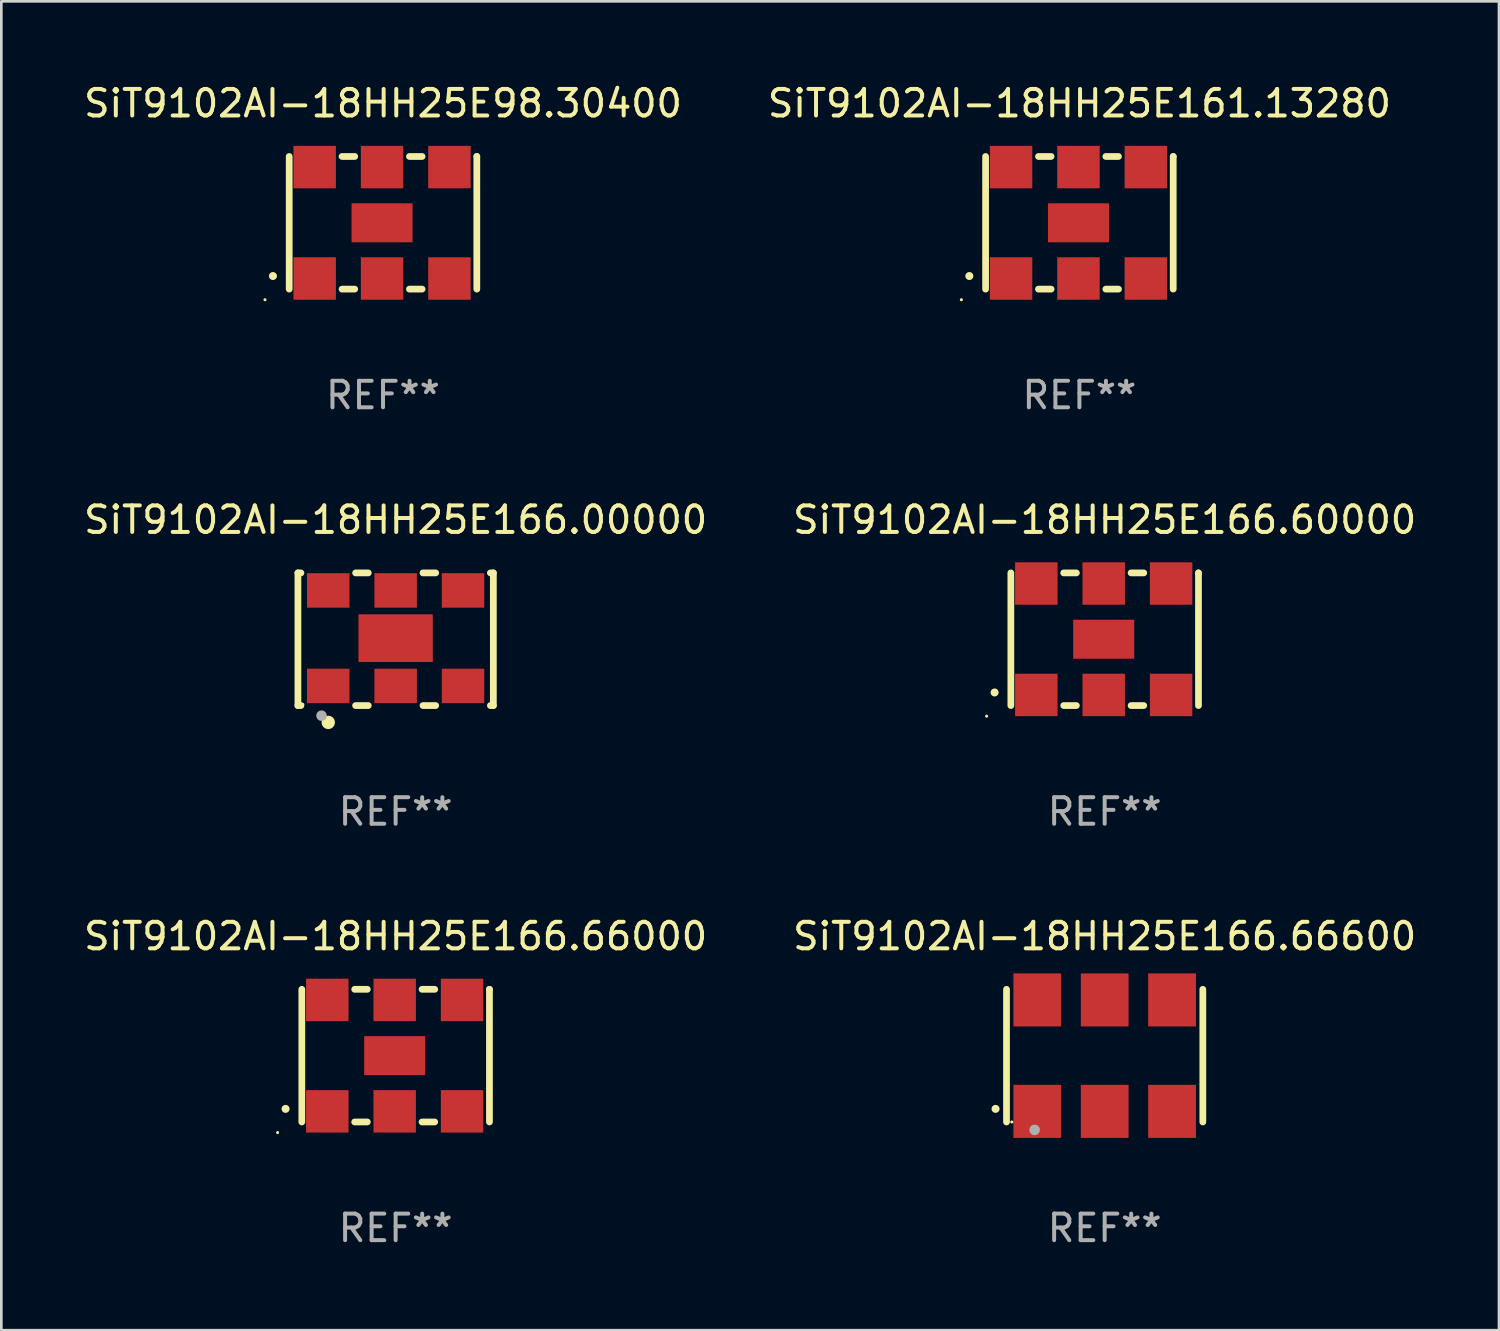
<source format=kicad_pcb>
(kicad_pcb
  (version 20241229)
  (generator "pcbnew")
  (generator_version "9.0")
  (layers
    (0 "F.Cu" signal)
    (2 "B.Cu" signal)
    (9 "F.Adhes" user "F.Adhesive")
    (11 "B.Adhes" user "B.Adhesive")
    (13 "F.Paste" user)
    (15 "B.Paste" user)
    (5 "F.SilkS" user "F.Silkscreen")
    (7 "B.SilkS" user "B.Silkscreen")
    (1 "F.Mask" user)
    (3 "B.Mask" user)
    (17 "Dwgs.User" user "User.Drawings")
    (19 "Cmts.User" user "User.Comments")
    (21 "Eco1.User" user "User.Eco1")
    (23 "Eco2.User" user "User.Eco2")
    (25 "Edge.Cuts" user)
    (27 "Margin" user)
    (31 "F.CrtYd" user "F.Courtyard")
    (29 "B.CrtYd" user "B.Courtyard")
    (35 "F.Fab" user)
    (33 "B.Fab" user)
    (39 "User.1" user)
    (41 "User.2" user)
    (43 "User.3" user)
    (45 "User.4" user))
  (footprint "SiT9102AI-18HH25E161.13280"
    (layer "F.Cu")
    (at 37.637 5.348)
    (property "Reference" "SiT9102AI-18HH25E161.13280" (at 0 -4.5 0) (layer "F.SilkS") (effects (font (size 1 1) (thickness 0.15))))
    (attr through_hole)
    (fp_line (start -3.536 -2.5) (end -3.536 2.5) (stroke (width 0.254) (type solid)) (layer "F.SilkS"))
    (fp_line (start -1.544 2.5) (end -1.067 2.5) (stroke (width 0.254) (type solid)) (layer "F.SilkS"))
    (fp_line (start -1.067 -2.5) (end -1.544 -2.5) (stroke (width 0.254) (type solid)) (layer "F.SilkS"))
    (fp_line (start 0.996 2.5) (end 1.473 2.5) (stroke (width 0.254) (type solid)) (layer "F.SilkS"))
    (fp_line (start 1.473 -2.5) (end 0.996 -2.5) (stroke (width 0.254) (type solid)) (layer "F.SilkS"))
    (fp_line (start 3.536 -2.5) (end 3.536 -2.5) (stroke (width 0.254) (type solid)) (layer "F.SilkS"))
    (fp_line (start 3.536 2.5) (end 3.536 -2.5) (stroke (width 0.254) (type solid)) (layer "F.SilkS"))
    (fp_arc (start -4.150432 2.006604) (mid -4.149162 2.006599) (end -4.147892 2.006604) (stroke (width 0.3) (type solid)) (layer "F.SilkS"))
    (fp_circle (center -4.449 2.9) (end -4.419 2.9) (stroke (width 0.06) (type solid)) (fill no) (layer "F.SilkS"))
    (fp_text user "REF**" (at 0 6.5 0) (layer "F.Fab") (effects (font (size 1 1) (thickness 0.15))))
    (pad "1" smd rect (at -2.576 2.1) (size 1.6 1.6) (layers "F.Cu" "F.Mask" "F.Paste"))
    (pad "2" smd rect (at -0.036 2.1) (size 1.6 1.6) (layers "F.Cu" "F.Mask" "F.Paste"))
    (pad "3" smd rect (at 2.504 2.1) (size 1.6 1.6) (layers "F.Cu" "F.Mask" "F.Paste"))
    (pad "4" smd rect (at 2.504 -2.1) (size 1.6 1.6) (layers "F.Cu" "F.Mask" "F.Paste"))
    (pad "5" smd rect (at -0.036 -2.1) (size 1.6 1.6) (layers "F.Cu" "F.Mask" "F.Paste"))
    (pad "6" smd rect (at -2.576 -2.1) (size 1.6 1.6) (layers "F.Cu" "F.Mask" "F.Paste"))
    (pad "7" smd rect (at -0.036 0) (size 2.3 1.47) (layers "F.Cu" "F.Mask" "F.Paste")))
  (footprint "SiT9102AI-18HH25E98.30400"
    (layer "F.Cu")
    (at 11.387 5.348)
    (property "Reference" "SiT9102AI-18HH25E98.30400" (at 0 -4.5 0) (layer "F.SilkS") (effects (font (size 1 1) (thickness 0.15))))
    (attr through_hole)
    (fp_line (start -3.536 -2.5) (end -3.536 2.5) (stroke (width 0.254) (type solid)) (layer "F.SilkS"))
    (fp_line (start -1.544 2.5) (end -1.067 2.5) (stroke (width 0.254) (type solid)) (layer "F.SilkS"))
    (fp_line (start -1.067 -2.5) (end -1.544 -2.5) (stroke (width 0.254) (type solid)) (layer "F.SilkS"))
    (fp_line (start 0.996 2.5) (end 1.473 2.5) (stroke (width 0.254) (type solid)) (layer "F.SilkS"))
    (fp_line (start 1.473 -2.5) (end 0.996 -2.5) (stroke (width 0.254) (type solid)) (layer "F.SilkS"))
    (fp_line (start 3.536 -2.5) (end 3.536 -2.5) (stroke (width 0.254) (type solid)) (layer "F.SilkS"))
    (fp_line (start 3.536 2.5) (end 3.536 -2.5) (stroke (width 0.254) (type solid)) (layer "F.SilkS"))
    (fp_arc (start -4.150432 2.006604) (mid -4.149162 2.006599) (end -4.147892 2.006604) (stroke (width 0.3) (type solid)) (layer "F.SilkS"))
    (fp_circle (center -4.449 2.9) (end -4.419 2.9) (stroke (width 0.06) (type solid)) (fill no) (layer "F.SilkS"))
    (fp_text user "REF**" (at 0 6.5 0) (layer "F.Fab") (effects (font (size 1 1) (thickness 0.15))))
    (pad "1" smd rect (at -2.576 2.1) (size 1.6 1.6) (layers "F.Cu" "F.Mask" "F.Paste"))
    (pad "2" smd rect (at -0.036 2.1) (size 1.6 1.6) (layers "F.Cu" "F.Mask" "F.Paste"))
    (pad "3" smd rect (at 2.504 2.1) (size 1.6 1.6) (layers "F.Cu" "F.Mask" "F.Paste"))
    (pad "4" smd rect (at 2.504 -2.1) (size 1.6 1.6) (layers "F.Cu" "F.Mask" "F.Paste"))
    (pad "5" smd rect (at -0.036 -2.1) (size 1.6 1.6) (layers "F.Cu" "F.Mask" "F.Paste"))
    (pad "6" smd rect (at -2.576 -2.1) (size 1.6 1.6) (layers "F.Cu" "F.Mask" "F.Paste"))
    (pad "7" smd rect (at -0.036 0) (size 2.3 1.47) (layers "F.Cu" "F.Mask" "F.Paste")))
  (footprint "SiT9102AI-18HH25E166.00000"
    (layer "F.Cu")
    (at 11.863 21.045)
    (property "Reference" "SiT9102AI-18HH25E166.00000" (at 0 -4.5 0) (layer "F.SilkS") (effects (font (size 1 1) (thickness 0.15))))
    (attr through_hole)
    (fp_line (start -3.683 -2.5) (end -3.571 -2.5) (stroke (width 0.254) (type solid)) (layer "F.SilkS"))
    (fp_line (start -3.683 2.5) (end -3.683 -2.5) (stroke (width 0.254) (type solid)) (layer "F.SilkS"))
    (fp_line (start -3.683 2.5) (end -3.571 2.5) (stroke (width 0.254) (type solid)) (layer "F.SilkS"))
    (fp_line (start -1.509 -2.5) (end -1.031 -2.5) (stroke (width 0.254) (type solid)) (layer "F.SilkS"))
    (fp_line (start -1.509 2.5) (end -1.031 2.5) (stroke (width 0.254) (type solid)) (layer "F.SilkS"))
    (fp_line (start 1.031 -2.5) (end 1.509 -2.5) (stroke (width 0.254) (type solid)) (layer "F.SilkS"))
    (fp_line (start 1.031 2.5) (end 1.509 2.5) (stroke (width 0.254) (type solid)) (layer "F.SilkS"))
    (fp_line (start 3.571 -2.5) (end 3.683 -2.5) (stroke (width 0.254) (type solid)) (layer "F.SilkS"))
    (fp_line (start 3.571 2.5) (end 3.683 2.5) (stroke (width 0.254) (type solid)) (layer "F.SilkS"))
    (fp_line (start 3.683 2.5) (end 3.683 -2.5) (stroke (width 0.254) (type solid)) (layer "F.SilkS"))
    (fp_circle (center -3.5 2.46) (end -3.47 2.46) (stroke (width 0.06) (type solid)) (fill no) (layer "F.SilkS"))
    (fp_circle (center -2.54 3.135) (end -2.413 3.135) (stroke (width 0.254) (type solid)) (fill no) (layer "F.SilkS"))
    (fp_circle (center -2.794 2.881) (end -2.694 2.881) (stroke (width 0.2) (type solid)) (fill no) (layer "F.Fab"))
    (fp_text user "REF**" (at 0 6.5 0) (layer "F.Fab") (effects (font (size 1 1) (thickness 0.15))))
    (pad "1" smd rect (at -2.54 1.76) (size 1.6 1.3) (layers "F.Cu" "F.Mask" "F.Paste"))
    (pad "2" smd rect (at 0 1.76) (size 1.6 1.3) (layers "F.Cu" "F.Mask" "F.Paste"))
    (pad "3" smd rect (at 2.54 1.76) (size 1.6 1.3) (layers "F.Cu" "F.Mask" "F.Paste"))
    (pad "4" smd rect (at 2.54 -1.84) (size 1.6 1.3) (layers "F.Cu" "F.Mask" "F.Paste"))
    (pad "5" smd rect (at 0 -1.84) (size 1.6 1.3) (layers "F.Cu" "F.Mask" "F.Paste"))
    (pad "6" smd rect (at -2.54 -1.84) (size 1.6 1.3) (layers "F.Cu" "F.Mask" "F.Paste"))
    (pad "7" smd rect (at 0 -0.04) (size 2.8 1.8) (layers "F.Cu" "F.Mask" "F.Paste")))
  (footprint "SiT9102AI-18HH25E166.60000"
    (layer "F.Cu")
    (at 38.589 21.045)
    (property "Reference" "SiT9102AI-18HH25E166.60000" (at 0 -4.5 0) (layer "F.SilkS") (effects (font (size 1 1) (thickness 0.15))))
    (attr through_hole)
    (fp_line (start -3.536 -2.5) (end -3.536 2.5) (stroke (width 0.254) (type solid)) (layer "F.SilkS"))
    (fp_line (start -1.544 2.5) (end -1.067 2.5) (stroke (width 0.254) (type solid)) (layer "F.SilkS"))
    (fp_line (start -1.067 -2.5) (end -1.544 -2.5) (stroke (width 0.254) (type solid)) (layer "F.SilkS"))
    (fp_line (start 0.996 2.5) (end 1.473 2.5) (stroke (width 0.254) (type solid)) (layer "F.SilkS"))
    (fp_line (start 1.473 -2.5) (end 0.996 -2.5) (stroke (width 0.254) (type solid)) (layer "F.SilkS"))
    (fp_line (start 3.536 -2.5) (end 3.536 -2.5) (stroke (width 0.254) (type solid)) (layer "F.SilkS"))
    (fp_line (start 3.536 2.5) (end 3.536 -2.5) (stroke (width 0.254) (type solid)) (layer "F.SilkS"))
    (fp_arc (start -4.150432 2.006604) (mid -4.149162 2.006599) (end -4.147892 2.006604) (stroke (width 0.3) (type solid)) (layer "F.SilkS"))
    (fp_circle (center -4.449 2.9) (end -4.419 2.9) (stroke (width 0.06) (type solid)) (fill no) (layer "F.SilkS"))
    (fp_text user "REF**" (at 0 6.5 0) (layer "F.Fab") (effects (font (size 1 1) (thickness 0.15))))
    (pad "1" smd rect (at -2.576 2.1) (size 1.6 1.6) (layers "F.Cu" "F.Mask" "F.Paste"))
    (pad "2" smd rect (at -0.036 2.1) (size 1.6 1.6) (layers "F.Cu" "F.Mask" "F.Paste"))
    (pad "3" smd rect (at 2.504 2.1) (size 1.6 1.6) (layers "F.Cu" "F.Mask" "F.Paste"))
    (pad "4" smd rect (at 2.504 -2.1) (size 1.6 1.6) (layers "F.Cu" "F.Mask" "F.Paste"))
    (pad "5" smd rect (at -0.036 -2.1) (size 1.6 1.6) (layers "F.Cu" "F.Mask" "F.Paste"))
    (pad "6" smd rect (at -2.576 -2.1) (size 1.6 1.6) (layers "F.Cu" "F.Mask" "F.Paste"))
    (pad "7" smd rect (at -0.036 0) (size 2.3 1.47) (layers "F.Cu" "F.Mask" "F.Paste")))
  (footprint "SiT9102AI-18HH25E166.66600"
    (layer "F.Cu")
    (at 38.589 36.741)
    (property "Reference" "SiT9102AI-18HH25E166.66600" (at 0 -4.5 0) (layer "F.SilkS") (effects (font (size 1 1) (thickness 0.15))))
    (attr through_hole)
    (fp_line (start -3.7 -2.5) (end -3.7 2.5) (stroke (width 0.254) (type solid)) (layer "F.SilkS"))
    (fp_line (start 3.7 -2.5) (end 3.7 2.5) (stroke (width 0.254) (type solid)) (layer "F.SilkS"))
    (fp_arc (start -4.114415 2.006604) (mid -4.113145 2.006599) (end -4.111875 2.006604) (stroke (width 0.3) (type solid)) (layer "F.SilkS"))
    (fp_circle (center -3.5 2.501) (end -3.47 2.501) (stroke (width 0.06) (type solid)) (fill no) (layer "F.SilkS"))
    (fp_circle (center -2.641 2.799) (end -2.541 2.799) (stroke (width 0.2) (type solid)) (fill no) (layer "F.Fab"))
    (fp_text user "REF**" (at 0 6.5 0) (layer "F.Fab") (effects (font (size 1 1) (thickness 0.15))))
    (pad "1" smd rect (at -2.54 2.1) (size 1.8 2) (layers "F.Cu" "F.Mask" "F.Paste"))
    (pad "2" smd rect (at 0.000394 2.1) (size 1.8 2) (layers "F.Cu" "F.Mask" "F.Paste"))
    (pad "3" smd rect (at 2.54 2.1) (size 1.8 2) (layers "F.Cu" "F.Mask" "F.Paste"))
    (pad "4" smd rect (at 2.54 -2.1) (size 1.8 2) (layers "F.Cu" "F.Mask" "F.Paste"))
    (pad "5" smd rect (at 0.000394 -2.1) (size 1.8 2) (layers "F.Cu" "F.Mask" "F.Paste"))
    (pad "6" smd rect (at -2.54 -2.1) (size 1.8 2) (layers "F.Cu" "F.Mask" "F.Paste")))
  (footprint "SiT9102AI-18HH25E166.66000"
    (layer "F.Cu")
    (at 11.863 36.741)
    (property "Reference" "SiT9102AI-18HH25E166.66000" (at 0 -4.5 0) (layer "F.SilkS") (effects (font (size 1 1) (thickness 0.15))))
    (attr through_hole)
    (fp_line (start -3.536 -2.5) (end -3.536 2.5) (stroke (width 0.254) (type solid)) (layer "F.SilkS"))
    (fp_line (start -1.544 2.5) (end -1.067 2.5) (stroke (width 0.254) (type solid)) (layer "F.SilkS"))
    (fp_line (start -1.067 -2.5) (end -1.544 -2.5) (stroke (width 0.254) (type solid)) (layer "F.SilkS"))
    (fp_line (start 0.996 2.5) (end 1.473 2.5) (stroke (width 0.254) (type solid)) (layer "F.SilkS"))
    (fp_line (start 1.473 -2.5) (end 0.996 -2.5) (stroke (width 0.254) (type solid)) (layer "F.SilkS"))
    (fp_line (start 3.536 -2.5) (end 3.536 -2.5) (stroke (width 0.254) (type solid)) (layer "F.SilkS"))
    (fp_line (start 3.536 2.5) (end 3.536 -2.5) (stroke (width 0.254) (type solid)) (layer "F.SilkS"))
    (fp_arc (start -4.150432 2.006604) (mid -4.149162 2.006599) (end -4.147892 2.006604) (stroke (width 0.3) (type solid)) (layer "F.SilkS"))
    (fp_circle (center -4.449 2.9) (end -4.419 2.9) (stroke (width 0.06) (type solid)) (fill no) (layer "F.SilkS"))
    (fp_text user "REF**" (at 0 6.5 0) (layer "F.Fab") (effects (font (size 1 1) (thickness 0.15))))
    (pad "1" smd rect (at -2.576 2.1) (size 1.6 1.6) (layers "F.Cu" "F.Mask" "F.Paste"))
    (pad "2" smd rect (at -0.036 2.1) (size 1.6 1.6) (layers "F.Cu" "F.Mask" "F.Paste"))
    (pad "3" smd rect (at 2.504 2.1) (size 1.6 1.6) (layers "F.Cu" "F.Mask" "F.Paste"))
    (pad "4" smd rect (at 2.504 -2.1) (size 1.6 1.6) (layers "F.Cu" "F.Mask" "F.Paste"))
    (pad "5" smd rect (at -0.036 -2.1) (size 1.6 1.6) (layers "F.Cu" "F.Mask" "F.Paste"))
    (pad "6" smd rect (at -2.576 -2.1) (size 1.6 1.6) (layers "F.Cu" "F.Mask" "F.Paste"))
    (pad "7" smd rect (at -0.036 0) (size 2.3 1.47) (layers "F.Cu" "F.Mask" "F.Paste")))
  (gr_rect
    (start -3 -3)
    (end 53.452 47.09)
    (stroke (width 0.1) (type default))
    (fill no)
    (layer "Edge.Cuts")))
</source>
